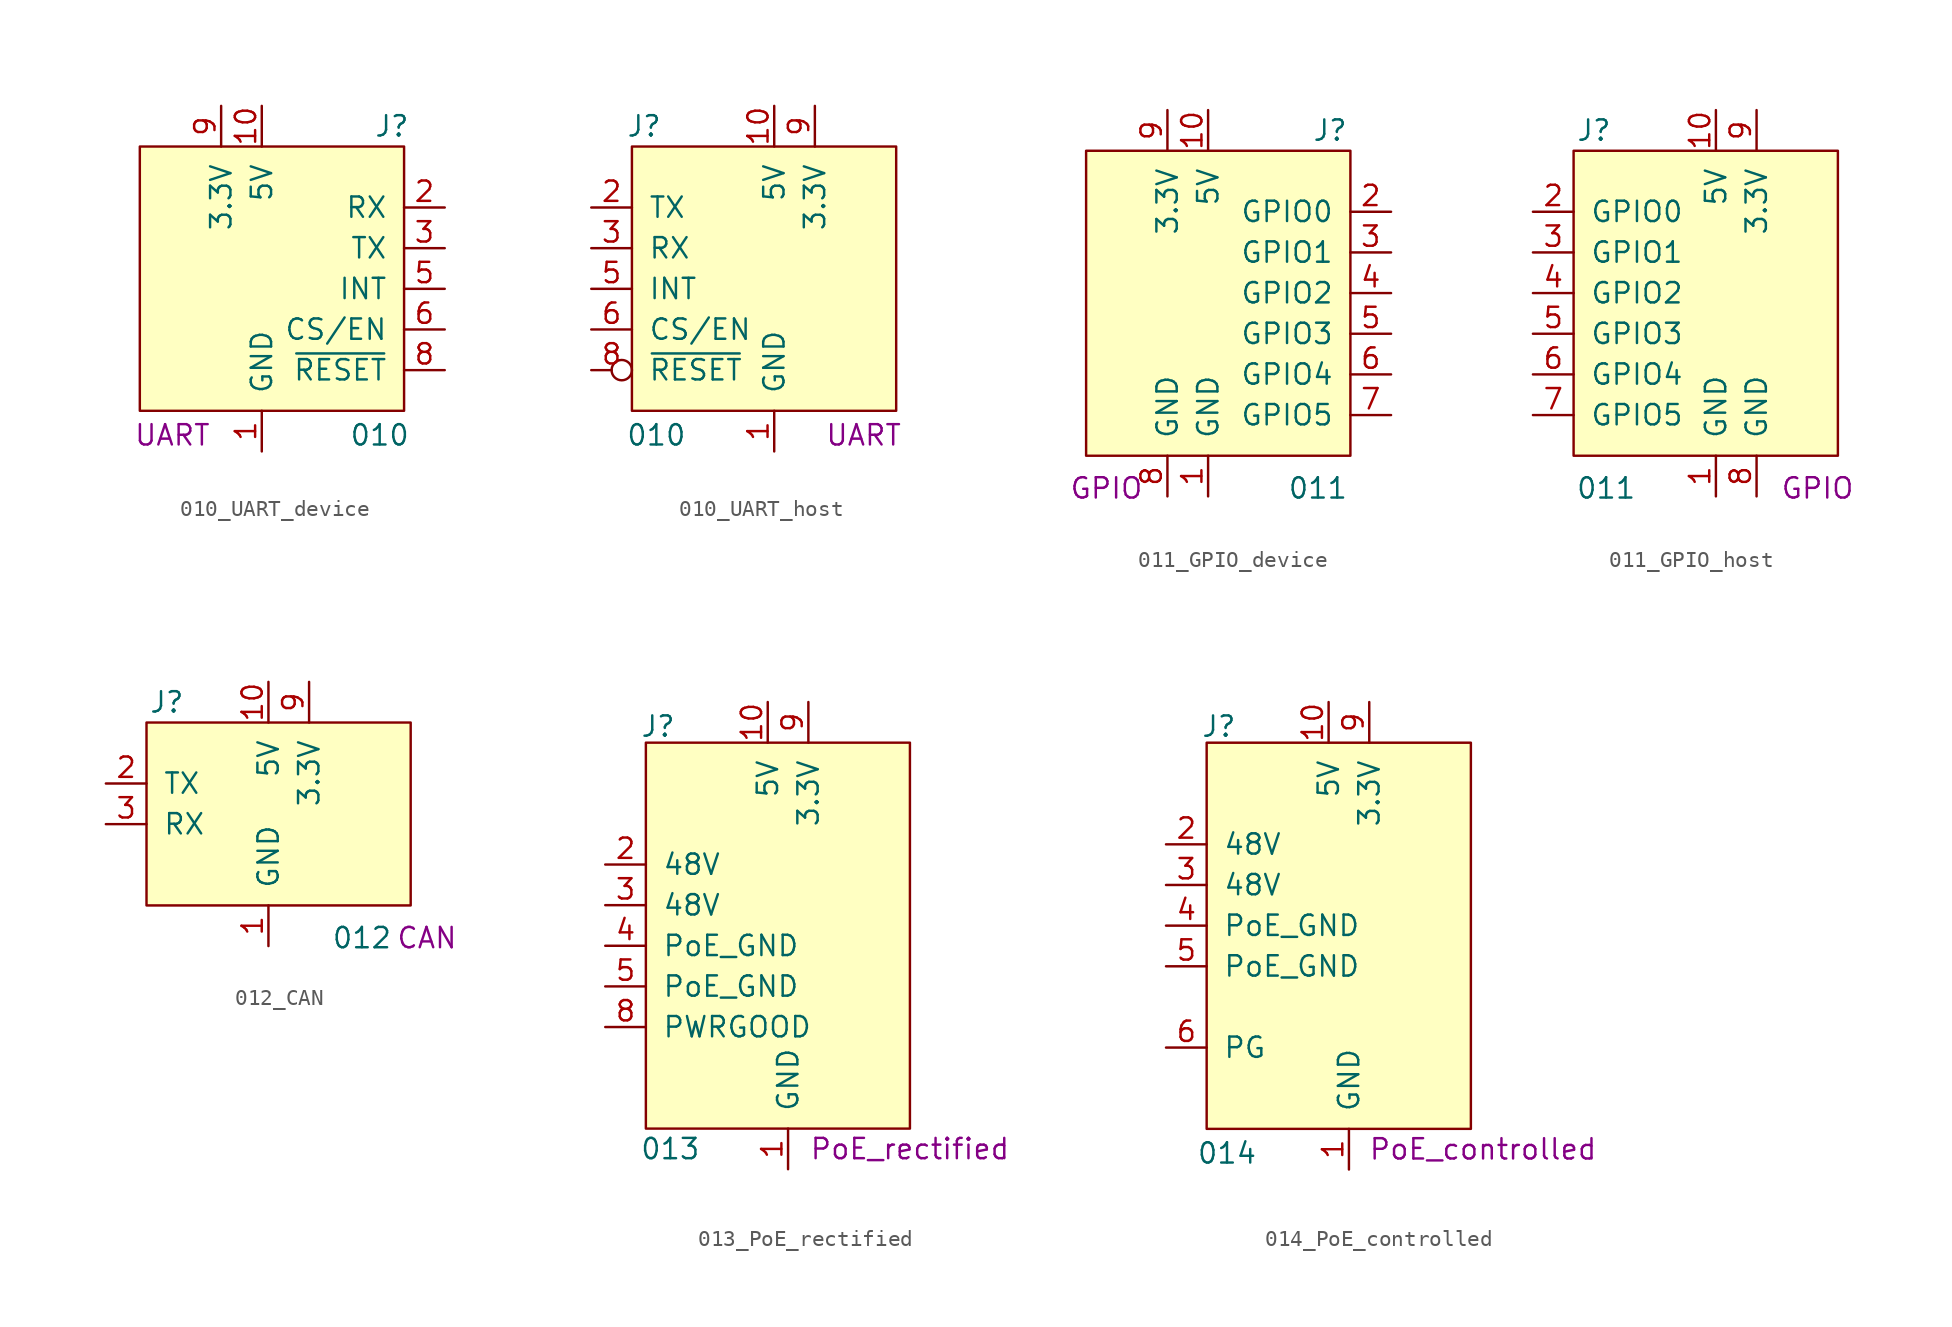
<source format=kicad_sym>
(kicad_symbol_lib
  (version 20241209)
  (generator "kicad_symbol_editor")
  (generator_version "9.0")
  (symbol "010_UART_device"
    (pin_names
      (offset 1.016))
    (property "Reference" "J"
      (at 8.128 13.97 0)
      (effects (font (size 1.27 1.27))))
    (property "Value" "010"
      (at 7.366 -5.334 0)
      (effects (font (size 1.27 1.27))))
    (property "Type" "UART"
      (at -5.588 -5.334 0)
      (effects (font (size 1.27 1.27))))
    (symbol "010_UART_device_0_1"
      (rectangle (start 8.89 12.7) (end -7.62 -3.81) (stroke (width 0) (type default)) (fill (type background))))
    (symbol "010_UART_device_1_0"
      (pin no_connect line (at -10.16 5.08 0) (length 2.54) (hide yes) (name "NC" (effects (font (size 1.27 1.27)))) (number "4" (effects (font (size 1.27 1.27)))))
      (pin no_connect line (at -10.16 2.54 0) (length 2.54) (hide yes) (name "NC" (effects (font (size 1.27 1.27)))) (number "7" (effects (font (size 1.27 1.27))))))
    (symbol "010_UART_device_1_1"
      (pin power_out line (at -2.54 15.24 270) (length 2.54) (name "3.3V" (effects (font (size 1.27 1.27)))) (number "9" (effects (font (size 1.27 1.27)))))
      (pin power_out line (at 0 15.24 270) (length 2.54) (name "5V" (effects (font (size 1.27 1.27)))) (number "10" (effects (font (size 1.27 1.27)))))
      (pin passive line (at 0 -6.35 90) (length 2.54) (name "GND" (effects (font (size 1.27 1.27)))) (number "1" (effects (font (size 1.27 1.27)))))
      (pin output line (at 11.43 8.89 180) (length 2.54) (name "RX" (effects (font (size 1.27 1.27)))) (number "2" (effects (font (size 1.27 1.27)))))
      (pin input line (at 11.43 6.35 180) (length 2.54) (name "TX" (effects (font (size 1.27 1.27)))) (number "3" (effects (font (size 1.27 1.27)))))
      (pin output line (at 11.43 3.81 180) (length 2.54) (name "INT" (effects (font (size 1.27 1.27)))) (number "5" (effects (font (size 1.27 1.27)))))
      (pin output line (at 11.43 1.27 180) (length 2.54) (name "CS/EN" (effects (font (size 1.27 1.27)))) (number "6" (effects (font (size 1.27 1.27)))))
      (pin output line (at 11.43 -1.27 180) (length 2.54) (name "~{RESET}" (effects (font (size 1.27 1.27)))) (number "8" (effects (font (size 1.27 1.27)))))))
  (symbol "010_UART_host"
    (pin_names
      (offset 1.016))
    (property "Reference" "J"
      (at -8.128 13.97 0)
      (effects (font (size 1.27 1.27))))
    (property "Value" "010"
      (at -7.366 -5.334 0)
      (effects (font (size 1.27 1.27))))
    (property "Type" "UART"
      (at 5.588 -5.334 0)
      (effects (font (size 1.27 1.27))))
    (symbol "010_UART_host_0_1"
      (rectangle (start -8.89 12.7) (end 7.62 -3.81) (stroke (width 0) (type default)) (fill (type background))))
    (symbol "010_UART_host_1_0"
      (pin no_connect line (at 10.16 5.08 180) (length 2.54) (hide yes) (name "NC" (effects (font (size 1.27 1.27)))) (number "4" (effects (font (size 1.27 1.27)))))
      (pin no_connect line (at 10.16 2.54 180) (length 2.54) (hide yes) (name "NC" (effects (font (size 1.27 1.27)))) (number "7" (effects (font (size 1.27 1.27))))))
    (symbol "010_UART_host_1_1"
      (pin input line (at -11.43 8.89 0) (length 2.54) (name "TX" (effects (font (size 1.27 1.27)))) (number "2" (effects (font (size 1.27 1.27)))))
      (pin output line (at -11.43 6.35 0) (length 2.54) (name "RX" (effects (font (size 1.27 1.27)))) (number "3" (effects (font (size 1.27 1.27)))))
      (pin output line (at -11.43 3.81 0) (length 2.54) (name "INT" (effects (font (size 1.27 1.27)))) (number "5" (effects (font (size 1.27 1.27)))))
      (pin input line (at -11.43 1.27 0) (length 2.54) (name "CS/EN" (effects (font (size 1.27 1.27)))) (number "6" (effects (font (size 1.27 1.27)))))
      (pin input inverted (at -11.43 -1.27 0) (length 2.54) (name "~{RESET}" (effects (font (size 1.27 1.27)))) (number "8" (effects (font (size 1.27 1.27)))))
      (pin power_in line (at 0 15.24 270) (length 2.54) (name "5V" (effects (font (size 1.27 1.27)))) (number "10" (effects (font (size 1.27 1.27)))))
      (pin passive line (at 0 -6.35 90) (length 2.54) (name "GND" (effects (font (size 1.27 1.27)))) (number "1" (effects (font (size 1.27 1.27)))))
      (pin power_in line (at 2.54 15.24 270) (length 2.54) (name "3.3V" (effects (font (size 1.27 1.27)))) (number "9" (effects (font (size 1.27 1.27)))))))
  (symbol "011_GPIO_device"
    (pin_names
      (offset 1.016))
    (property "Reference" "J"
      (at 7.62 13.97 0)
      (effects (font (size 1.27 1.27))))
    (property "Value" "011"
      (at 6.858 -8.382 0)
      (effects (font (size 1.27 1.27))))
    (property "Type" "GPIO"
      (at -6.35 -8.382 0)
      (effects (font (size 1.27 1.27))))
    (symbol "011_GPIO_device_0_1"
      (rectangle (start 8.89 12.7) (end -7.62 -6.35) (stroke (width 0) (type default)) (fill (type background))))
    (symbol "011_GPIO_device_1_1"
      (pin power_out line (at -2.54 15.24 270) (length 2.54) (name "3.3V" (effects (font (size 1.27 1.27)))) (number "9" (effects (font (size 1.27 1.27)))))
      (pin passive line (at -2.54 -8.89 90) (length 2.54) (name "GND" (effects (font (size 1.27 1.27)))) (number "8" (effects (font (size 1.27 1.27)))))
      (pin power_out line (at 0 15.24 270) (length 2.54) (name "5V" (effects (font (size 1.27 1.27)))) (number "10" (effects (font (size 1.27 1.27)))))
      (pin passive line (at 0 -8.89 90) (length 2.54) (name "GND" (effects (font (size 1.27 1.27)))) (number "1" (effects (font (size 1.27 1.27)))))
      (pin bidirectional line (at 11.43 8.89 180) (length 2.54) (name "GPIO0" (effects (font (size 1.27 1.27)))) (number "2" (effects (font (size 1.27 1.27)))))
      (pin bidirectional line (at 11.43 6.35 180) (length 2.54) (name "GPIO1" (effects (font (size 1.27 1.27)))) (number "3" (effects (font (size 1.27 1.27)))))
      (pin bidirectional line (at 11.43 3.81 180) (length 2.54) (name "GPIO2" (effects (font (size 1.27 1.27)))) (number "4" (effects (font (size 1.27 1.27)))))
      (pin bidirectional line (at 11.43 1.27 180) (length 2.54) (name "GPIO3" (effects (font (size 1.27 1.27)))) (number "5" (effects (font (size 1.27 1.27)))))
      (pin bidirectional line (at 11.43 -1.27 180) (length 2.54) (name "GPIO4" (effects (font (size 1.27 1.27)))) (number "6" (effects (font (size 1.27 1.27)))))
      (pin bidirectional line (at 11.43 -3.81 180) (length 2.54) (name "GPIO5" (effects (font (size 1.27 1.27)))) (number "7" (effects (font (size 1.27 1.27)))))))
  (symbol "011_GPIO_host"
    (pin_names
      (offset 1.016))
    (property "Reference" "J"
      (at -7.62 13.97 0)
      (effects (font (size 1.27 1.27))))
    (property "Value" "011"
      (at -6.858 -8.382 0)
      (effects (font (size 1.27 1.27))))
    (property "Type" "GPIO"
      (at 6.35 -8.382 0)
      (effects (font (size 1.27 1.27))))
    (symbol "011_GPIO_host_0_1"
      (rectangle (start -8.89 12.7) (end 7.62 -6.35) (stroke (width 0) (type default)) (fill (type background))))
    (symbol "011_GPIO_host_1_1"
      (pin bidirectional line (at -11.43 8.89 0) (length 2.54) (name "GPIO0" (effects (font (size 1.27 1.27)))) (number "2" (effects (font (size 1.27 1.27)))))
      (pin bidirectional line (at -11.43 6.35 0) (length 2.54) (name "GPIO1" (effects (font (size 1.27 1.27)))) (number "3" (effects (font (size 1.27 1.27)))))
      (pin bidirectional line (at -11.43 3.81 0) (length 2.54) (name "GPIO2" (effects (font (size 1.27 1.27)))) (number "4" (effects (font (size 1.27 1.27)))))
      (pin bidirectional line (at -11.43 1.27 0) (length 2.54) (name "GPIO3" (effects (font (size 1.27 1.27)))) (number "5" (effects (font (size 1.27 1.27)))))
      (pin bidirectional line (at -11.43 -1.27 0) (length 2.54) (name "GPIO4" (effects (font (size 1.27 1.27)))) (number "6" (effects (font (size 1.27 1.27)))))
      (pin bidirectional line (at -11.43 -3.81 0) (length 2.54) (name "GPIO5" (effects (font (size 1.27 1.27)))) (number "7" (effects (font (size 1.27 1.27)))))
      (pin power_in line (at 0 15.24 270) (length 2.54) (name "5V" (effects (font (size 1.27 1.27)))) (number "10" (effects (font (size 1.27 1.27)))))
      (pin passive line (at 0 -8.89 90) (length 2.54) (name "GND" (effects (font (size 1.27 1.27)))) (number "1" (effects (font (size 1.27 1.27)))))
      (pin power_in line (at 2.54 15.24 270) (length 2.54) (name "3.3V" (effects (font (size 1.27 1.27)))) (number "9" (effects (font (size 1.27 1.27)))))
      (pin passive line (at 2.54 -8.89 90) (length 2.54) (name "GND" (effects (font (size 1.27 1.27)))) (number "8" (effects (font (size 1.27 1.27)))))))
  (symbol "012_CAN"
    (pin_names
      (offset 1.016))
    (property "Reference" "J"
      (at -6.35 12.7 0)
      (effects (font (size 1.27 1.27))))
    (property "Value" "012"
      (at 5.842 -2.032 0)
      (effects (font (size 1.27 1.27))))
    (property "Type" "CAN"
      (at 9.906 -2.032 0)
      (effects (font (size 1.27 1.27))))
    (symbol "012_CAN_0_1"
      (rectangle (start -7.62 11.43) (end 8.89 0) (stroke (width 0) (type default)) (fill (type background))))
    (symbol "012_CAN_1_1"
      (pin bidirectional line (at -10.16 7.62 0) (length 2.54) (name "TX" (effects (font (size 1.27 1.27)))) (number "2" (effects (font (size 1.27 1.27)))))
      (pin bidirectional line (at -10.16 5.08 0) (length 2.54) (name "RX" (effects (font (size 1.27 1.27)))) (number "3" (effects (font (size 1.27 1.27)))))
      (pin passive line (at 0 13.97 270) (length 2.54) (name "5V" (effects (font (size 1.27 1.27)))) (number "10" (effects (font (size 1.27 1.27)))))
      (pin passive line (at 0 -2.54 90) (length 2.54) (name "GND" (effects (font (size 1.27 1.27)))) (number "1" (effects (font (size 1.27 1.27)))))
      (pin passive line (at 2.54 13.97 270) (length 2.54) (name "3.3V" (effects (font (size 1.27 1.27)))) (number "9" (effects (font (size 1.27 1.27)))))))
  (symbol "013_PoE_rectified"
    (pin_names
      (offset 1.016))
    (property "Reference" "J"
      (at -8.128 13.716 0)
      (effects (font (size 1.27 1.27))))
    (property "Value" "013"
      (at -7.366 -12.7 0)
      (effects (font (size 1.27 1.27))))
    (property "Type" "PoE_rectified"
      (at 7.62 -12.7 0)
      (effects (font (size 1.27 1.27))))
    (symbol "013_PoE_rectified_0_1"
      (rectangle (start -8.89 12.7) (end 7.62 -11.43) (stroke (width 0) (type default)) (fill (type background))))
    (symbol "013_PoE_rectified_1_1"
      (pin bidirectional line (at -11.43 5.08 0) (length 2.54) (name "48V" (effects (font (size 1.27 1.27)))) (number "2" (effects (font (size 1.27 1.27)))))
      (pin bidirectional line (at -11.43 2.54 0) (length 2.54) (name "48V" (effects (font (size 1.27 1.27)))) (number "3" (effects (font (size 1.27 1.27)))))
      (pin power_in line (at -11.43 0 0) (length 2.54) (name "PoE_GND" (effects (font (size 1.27 1.27)))) (number "4" (effects (font (size 1.27 1.27)))))
      (pin power_in line (at -11.43 -2.54 0) (length 2.54) (name "PoE_GND" (effects (font (size 1.27 1.27)))) (number "5" (effects (font (size 1.27 1.27)))))
      (pin bidirectional line (at -11.43 -5.08 0) (length 2.54) (name "PWRGOOD" (effects (font (size 1.27 1.27)))) (number "8" (effects (font (size 1.27 1.27)))))
      (pin passive line (at -1.27 15.24 270) (length 2.54) (name "5V" (effects (font (size 1.27 1.27)))) (number "10" (effects (font (size 1.27 1.27)))))
      (pin passive line (at 0 -13.97 90) (length 2.54) (name "GND" (effects (font (size 1.27 1.27)))) (number "1" (effects (font (size 1.27 1.27)))))
      (pin passive line (at 1.27 15.24 270) (length 2.54) (name "3.3V" (effects (font (size 1.27 1.27)))) (number "9" (effects (font (size 1.27 1.27)))))))
  (symbol "014_PoE_controlled"
    (pin_names
      (offset 1.016))
    (property "Reference" "J"
      (at -8.128 13.716 0)
      (effects (font (size 1.27 1.27))))
    (property "Value" "014"
      (at -7.62 -12.954 0)
      (effects (font (size 1.27 1.27))))
    (property "Type" "PoE_controlled"
      (at 8.382 -12.7 0)
      (effects (font (size 1.27 1.27))))
    (symbol "014_PoE_controlled_0_1"
      (rectangle (start -8.89 12.7) (end 7.62 -11.43) (stroke (width 0) (type default)) (fill (type background))))
    (symbol "014_PoE_controlled_1_1"
      (pin bidirectional line (at -11.43 6.35 0) (length 2.54) (name "48V" (effects (font (size 1.27 1.27)))) (number "2" (effects (font (size 1.27 1.27)))))
      (pin bidirectional line (at -11.43 3.81 0) (length 2.54) (name "48V" (effects (font (size 1.27 1.27)))) (number "3" (effects (font (size 1.27 1.27)))))
      (pin power_in line (at -11.43 1.27 0) (length 2.54) (name "PoE_GND" (effects (font (size 1.27 1.27)))) (number "4" (effects (font (size 1.27 1.27)))))
      (pin power_in line (at -11.43 -1.27 0) (length 2.54) (name "PoE_GND" (effects (font (size 1.27 1.27)))) (number "5" (effects (font (size 1.27 1.27)))))
      (pin power_in line (at -11.43 -6.35 0) (length 2.54) (name "PG" (effects (font (size 1.27 1.27)))) (number "6" (effects (font (size 1.27 1.27)))))
      (pin passive line (at -1.27 15.24 270) (length 2.54) (name "5V" (effects (font (size 1.27 1.27)))) (number "10" (effects (font (size 1.27 1.27)))))
      (pin passive line (at 0 -13.97 90) (length 2.54) (name "GND" (effects (font (size 1.27 1.27)))) (number "1" (effects (font (size 1.27 1.27)))))
      (pin passive line (at 1.27 15.24 270) (length 2.54) (name "3.3V" (effects (font (size 1.27 1.27)))) (number "9" (effects (font (size 1.27 1.27))))))))
</source>
